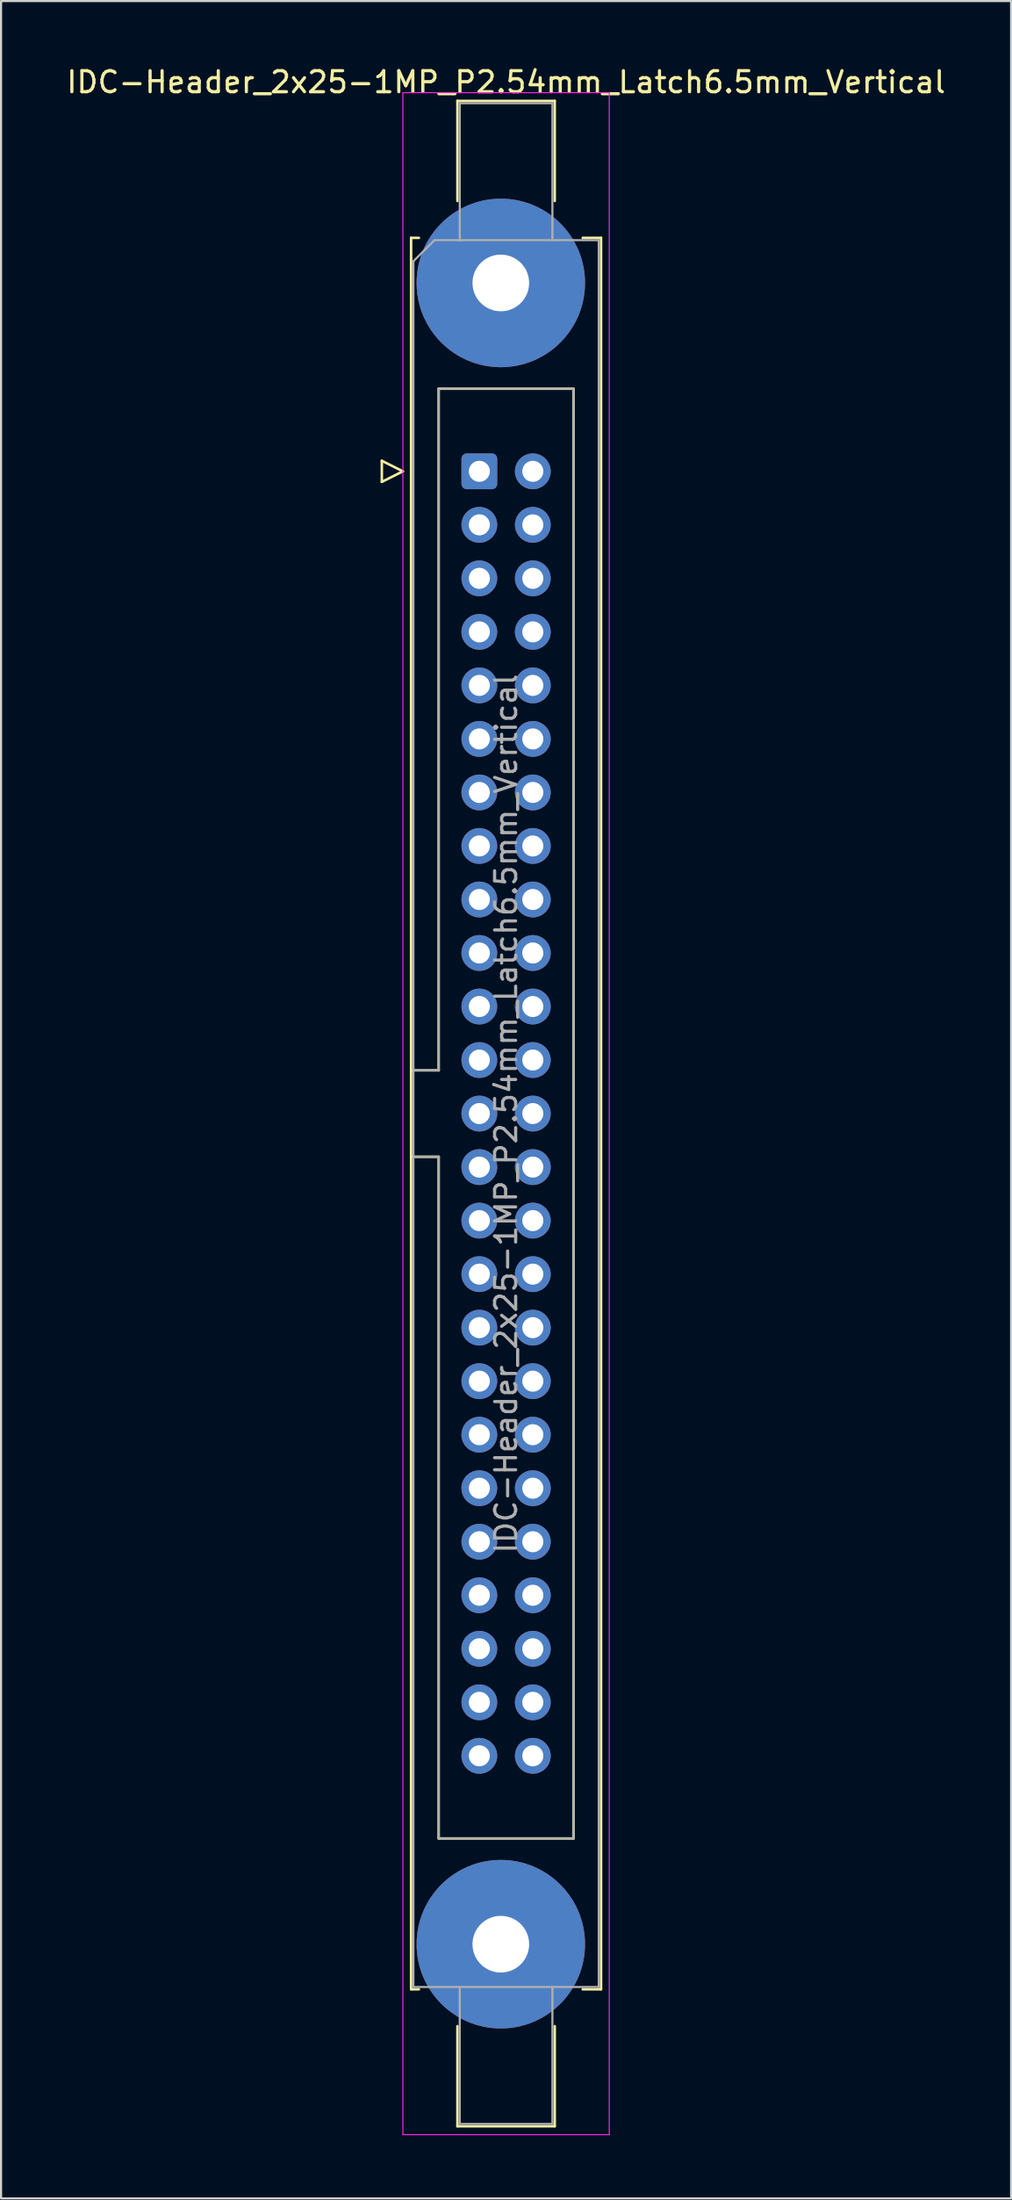
<source format=kicad_pcb>
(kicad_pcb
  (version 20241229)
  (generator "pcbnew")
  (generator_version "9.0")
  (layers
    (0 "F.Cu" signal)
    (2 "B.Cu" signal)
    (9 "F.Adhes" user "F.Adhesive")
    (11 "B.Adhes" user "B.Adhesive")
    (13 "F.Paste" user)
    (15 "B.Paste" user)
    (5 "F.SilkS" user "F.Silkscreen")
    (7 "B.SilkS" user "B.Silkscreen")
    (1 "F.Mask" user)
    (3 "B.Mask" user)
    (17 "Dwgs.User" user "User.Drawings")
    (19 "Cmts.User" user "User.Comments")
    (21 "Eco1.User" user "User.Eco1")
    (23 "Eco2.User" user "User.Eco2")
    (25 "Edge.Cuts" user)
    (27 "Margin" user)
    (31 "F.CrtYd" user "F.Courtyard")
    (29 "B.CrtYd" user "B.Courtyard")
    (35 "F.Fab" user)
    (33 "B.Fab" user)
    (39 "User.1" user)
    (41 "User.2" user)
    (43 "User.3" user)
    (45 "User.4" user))
  (footprint "IDC-Header_2x25-1MP_P2.54mm_Latch6.5mm_Vertical"
    (layer "F.Cu")
    (at 19.712 19.318)
    (property "Reference" "IDC-Header_2x25-1MP_P2.54mm_Latch6.5mm_Vertical" (at 1.27 -18.47 0) (layer "F.SilkS") (effects (font (size 1 1) (thickness 0.15))))
    (attr through_hole)
    (fp_line (start -4.63 -0.5) (end -4.63 0.5) (stroke (width 0.12) (type solid)) (layer "F.SilkS"))
    (fp_line (start -4.63 0.5) (end -3.63 0) (stroke (width 0.12) (type solid)) (layer "F.SilkS"))
    (fp_line (start -3.63 0) (end -4.63 -0.5) (stroke (width 0.12) (type solid)) (layer "F.SilkS"))
    (fp_line (start -3.24 -11.08) (end -3.24 72.04) (stroke (width 0.12) (type solid)) (layer "F.SilkS"))
    (fp_line (start -3.24 28.43) (end -1.93 28.43) (stroke (width 0.12) (type solid)) (layer "F.SilkS"))
    (fp_line (start -3.24 72.04) (end -2.87 72.04) (stroke (width 0.12) (type solid)) (layer "F.SilkS"))
    (fp_line (start -2.87 -11.08) (end -3.24 -11.08) (stroke (width 0.12) (type solid)) (layer "F.SilkS"))
    (fp_line (start -1.93 -3.92) (end 4.47 -3.92) (stroke (width 0.12) (type solid)) (layer "F.SilkS"))
    (fp_line (start -1.93 28.43) (end -1.93 -3.92) (stroke (width 0.12) (type solid)) (layer "F.SilkS"))
    (fp_line (start -1.93 32.53) (end -3.24 32.53) (stroke (width 0.12) (type solid)) (layer "F.SilkS"))
    (fp_line (start -1.93 64.88) (end -1.93 32.53) (stroke (width 0.12) (type solid)) (layer "F.SilkS"))
    (fp_line (start -1.04 -17.58) (end 3.58 -17.58) (stroke (width 0.12) (type solid)) (layer "F.SilkS"))
    (fp_line (start -1.04 -12.83) (end -1.04 -17.58) (stroke (width 0.12) (type solid)) (layer "F.SilkS"))
    (fp_line (start -1.04 73.79) (end -1.04 78.54) (stroke (width 0.12) (type solid)) (layer "F.SilkS"))
    (fp_line (start -1.04 78.54) (end 3.58 78.54) (stroke (width 0.12) (type solid)) (layer "F.SilkS"))
    (fp_line (start 3.58 -17.58) (end 3.58 -12.83) (stroke (width 0.12) (type solid)) (layer "F.SilkS"))
    (fp_line (start 3.58 78.54) (end 3.58 73.79) (stroke (width 0.12) (type solid)) (layer "F.SilkS"))
    (fp_line (start 4.47 -3.92) (end 4.47 64.88) (stroke (width 0.12) (type solid)) (layer "F.SilkS"))
    (fp_line (start 4.47 64.88) (end -1.93 64.88) (stroke (width 0.12) (type solid)) (layer "F.SilkS"))
    (fp_line (start 4.91 -11.08) (end 5.78 -11.08) (stroke (width 0.12) (type solid)) (layer "F.SilkS"))
    (fp_line (start 5.78 -11.08) (end 5.78 72.04) (stroke (width 0.12) (type solid)) (layer "F.SilkS"))
    (fp_line (start 5.78 72.04) (end 4.91 72.04) (stroke (width 0.12) (type solid)) (layer "F.SilkS"))
    (fp_line (start -3.63 -17.97) (end -3.63 78.94) (stroke (width 0.05) (type solid)) (layer "F.CrtYd"))
    (fp_line (start -3.63 78.94) (end 6.17 78.94) (stroke (width 0.05) (type solid)) (layer "F.CrtYd"))
    (fp_line (start 6.17 -17.97) (end -3.63 -17.97) (stroke (width 0.05) (type solid)) (layer "F.CrtYd"))
    (fp_line (start 6.17 78.94) (end 6.17 -17.97) (stroke (width 0.05) (type solid)) (layer "F.CrtYd"))
    (fp_line (start -3.13 -9.97) (end -2.13 -10.97) (stroke (width 0.1) (type solid)) (layer "F.Fab"))
    (fp_line (start -3.13 28.43) (end -1.93 28.43) (stroke (width 0.1) (type solid)) (layer "F.Fab"))
    (fp_line (start -3.13 71.93) (end -3.13 -9.97) (stroke (width 0.1) (type solid)) (layer "F.Fab"))
    (fp_line (start -2.13 -10.97) (end 5.67 -10.97) (stroke (width 0.1) (type solid)) (layer "F.Fab"))
    (fp_line (start -1.93 -3.92) (end 4.47 -3.92) (stroke (width 0.1) (type solid)) (layer "F.Fab"))
    (fp_line (start -1.93 28.43) (end -1.93 -3.92) (stroke (width 0.1) (type solid)) (layer "F.Fab"))
    (fp_line (start -1.93 32.53) (end -3.13 32.53) (stroke (width 0.1) (type solid)) (layer "F.Fab"))
    (fp_line (start -1.93 64.88) (end -1.93 32.53) (stroke (width 0.1) (type solid)) (layer "F.Fab"))
    (fp_line (start -0.93 -17.47) (end 3.47 -17.47) (stroke (width 0.1) (type solid)) (layer "F.Fab"))
    (fp_line (start -0.93 -10.97) (end -0.93 -17.47) (stroke (width 0.1) (type solid)) (layer "F.Fab"))
    (fp_line (start -0.93 71.93) (end -0.93 78.43) (stroke (width 0.1) (type solid)) (layer "F.Fab"))
    (fp_line (start -0.93 78.43) (end 3.47 78.43) (stroke (width 0.1) (type solid)) (layer "F.Fab"))
    (fp_line (start 3.47 -17.47) (end 3.47 -10.97) (stroke (width 0.1) (type solid)) (layer "F.Fab"))
    (fp_line (start 3.47 78.43) (end 3.47 71.93) (stroke (width 0.1) (type solid)) (layer "F.Fab"))
    (fp_line (start 4.47 -3.92) (end 4.47 64.88) (stroke (width 0.1) (type solid)) (layer "F.Fab"))
    (fp_line (start 4.47 64.88) (end -1.93 64.88) (stroke (width 0.1) (type solid)) (layer "F.Fab"))
    (fp_line (start 5.67 -10.97) (end 5.67 71.93) (stroke (width 0.1) (type solid)) (layer "F.Fab"))
    (fp_line (start 5.67 71.93) (end -3.13 71.93) (stroke (width 0.1) (type solid)) (layer "F.Fab"))
    (fp_text user "${REFERENCE}" (at 1.27 30.48 90) (layer "F.Fab") (effects (font (size 1 1) (thickness 0.15))))
    (pad "1" thru_hole roundrect (at 0 0) (size 1.7 1.7) (drill 1) (layers "*.Cu" "*.Mask") (roundrect_rratio 0.147))
    (pad "2" thru_hole circle (at 2.54 0) (size 1.7 1.7) (drill 1) (layers "*.Cu" "*.Mask"))
    (pad "3" thru_hole circle (at 0 2.54) (size 1.7 1.7) (drill 1) (layers "*.Cu" "*.Mask"))
    (pad "4" thru_hole circle (at 2.54 2.54) (size 1.7 1.7) (drill 1) (layers "*.Cu" "*.Mask"))
    (pad "5" thru_hole circle (at 0 5.08) (size 1.7 1.7) (drill 1) (layers "*.Cu" "*.Mask"))
    (pad "6" thru_hole circle (at 2.54 5.08) (size 1.7 1.7) (drill 1) (layers "*.Cu" "*.Mask"))
    (pad "7" thru_hole circle (at 0 7.62) (size 1.7 1.7) (drill 1) (layers "*.Cu" "*.Mask"))
    (pad "8" thru_hole circle (at 2.54 7.62) (size 1.7 1.7) (drill 1) (layers "*.Cu" "*.Mask"))
    (pad "9" thru_hole circle (at 0 10.16) (size 1.7 1.7) (drill 1) (layers "*.Cu" "*.Mask"))
    (pad "10" thru_hole circle (at 2.54 10.16) (size 1.7 1.7) (drill 1) (layers "*.Cu" "*.Mask"))
    (pad "11" thru_hole circle (at 0 12.7) (size 1.7 1.7) (drill 1) (layers "*.Cu" "*.Mask"))
    (pad "12" thru_hole circle (at 2.54 12.7) (size 1.7 1.7) (drill 1) (layers "*.Cu" "*.Mask"))
    (pad "13" thru_hole circle (at 0 15.24) (size 1.7 1.7) (drill 1) (layers "*.Cu" "*.Mask"))
    (pad "14" thru_hole circle (at 2.54 15.24) (size 1.7 1.7) (drill 1) (layers "*.Cu" "*.Mask"))
    (pad "15" thru_hole circle (at 0 17.78) (size 1.7 1.7) (drill 1) (layers "*.Cu" "*.Mask"))
    (pad "16" thru_hole circle (at 2.54 17.78) (size 1.7 1.7) (drill 1) (layers "*.Cu" "*.Mask"))
    (pad "17" thru_hole circle (at 0 20.32) (size 1.7 1.7) (drill 1) (layers "*.Cu" "*.Mask"))
    (pad "18" thru_hole circle (at 2.54 20.32) (size 1.7 1.7) (drill 1) (layers "*.Cu" "*.Mask"))
    (pad "19" thru_hole circle (at 0 22.86) (size 1.7 1.7) (drill 1) (layers "*.Cu" "*.Mask"))
    (pad "20" thru_hole circle (at 2.54 22.86) (size 1.7 1.7) (drill 1) (layers "*.Cu" "*.Mask"))
    (pad "21" thru_hole circle (at 0 25.4) (size 1.7 1.7) (drill 1) (layers "*.Cu" "*.Mask"))
    (pad "22" thru_hole circle (at 2.54 25.4) (size 1.7 1.7) (drill 1) (layers "*.Cu" "*.Mask"))
    (pad "23" thru_hole circle (at 0 27.94) (size 1.7 1.7) (drill 1) (layers "*.Cu" "*.Mask"))
    (pad "24" thru_hole circle (at 2.54 27.94) (size 1.7 1.7) (drill 1) (layers "*.Cu" "*.Mask"))
    (pad "25" thru_hole circle (at 0 30.48) (size 1.7 1.7) (drill 1) (layers "*.Cu" "*.Mask"))
    (pad "26" thru_hole circle (at 2.54 30.48) (size 1.7 1.7) (drill 1) (layers "*.Cu" "*.Mask"))
    (pad "27" thru_hole circle (at 0 33.02) (size 1.7 1.7) (drill 1) (layers "*.Cu" "*.Mask"))
    (pad "28" thru_hole circle (at 2.54 33.02) (size 1.7 1.7) (drill 1) (layers "*.Cu" "*.Mask"))
    (pad "29" thru_hole circle (at 0 35.56) (size 1.7 1.7) (drill 1) (layers "*.Cu" "*.Mask"))
    (pad "30" thru_hole circle (at 2.54 35.56) (size 1.7 1.7) (drill 1) (layers "*.Cu" "*.Mask"))
    (pad "31" thru_hole circle (at 0 38.1) (size 1.7 1.7) (drill 1) (layers "*.Cu" "*.Mask"))
    (pad "32" thru_hole circle (at 2.54 38.1) (size 1.7 1.7) (drill 1) (layers "*.Cu" "*.Mask"))
    (pad "33" thru_hole circle (at 0 40.64) (size 1.7 1.7) (drill 1) (layers "*.Cu" "*.Mask"))
    (pad "34" thru_hole circle (at 2.54 40.64) (size 1.7 1.7) (drill 1) (layers "*.Cu" "*.Mask"))
    (pad "35" thru_hole circle (at 0 43.18) (size 1.7 1.7) (drill 1) (layers "*.Cu" "*.Mask"))
    (pad "36" thru_hole circle (at 2.54 43.18) (size 1.7 1.7) (drill 1) (layers "*.Cu" "*.Mask"))
    (pad "37" thru_hole circle (at 0 45.72) (size 1.7 1.7) (drill 1) (layers "*.Cu" "*.Mask"))
    (pad "38" thru_hole circle (at 2.54 45.72) (size 1.7 1.7) (drill 1) (layers "*.Cu" "*.Mask"))
    (pad "39" thru_hole circle (at 0 48.26) (size 1.7 1.7) (drill 1) (layers "*.Cu" "*.Mask"))
    (pad "40" thru_hole circle (at 2.54 48.26) (size 1.7 1.7) (drill 1) (layers "*.Cu" "*.Mask"))
    (pad "41" thru_hole circle (at 0 50.8) (size 1.7 1.7) (drill 1) (layers "*.Cu" "*.Mask"))
    (pad "42" thru_hole circle (at 2.54 50.8) (size 1.7 1.7) (drill 1) (layers "*.Cu" "*.Mask"))
    (pad "43" thru_hole circle (at 0 53.34) (size 1.7 1.7) (drill 1) (layers "*.Cu" "*.Mask"))
    (pad "44" thru_hole circle (at 2.54 53.34) (size 1.7 1.7) (drill 1) (layers "*.Cu" "*.Mask"))
    (pad "45" thru_hole circle (at 0 55.88) (size 1.7 1.7) (drill 1) (layers "*.Cu" "*.Mask"))
    (pad "46" thru_hole circle (at 2.54 55.88) (size 1.7 1.7) (drill 1) (layers "*.Cu" "*.Mask"))
    (pad "47" thru_hole circle (at 0 58.42) (size 1.7 1.7) (drill 1) (layers "*.Cu" "*.Mask"))
    (pad "48" thru_hole circle (at 2.54 58.42) (size 1.7 1.7) (drill 1) (layers "*.Cu" "*.Mask"))
    (pad "49" thru_hole circle (at 0 60.96) (size 1.7 1.7) (drill 1) (layers "*.Cu" "*.Mask"))
    (pad "50" thru_hole circle (at 2.54 60.96) (size 1.7 1.7) (drill 1) (layers "*.Cu" "*.Mask"))
    (pad "MP" thru_hole circle (at 1.02 -8.94) (size 8 8) (drill 2.69) (layers "*.Cu" "*.Mask"))
    (pad "MP" thru_hole circle (at 1.02 69.9) (size 8 8) (drill 2.69) (layers "*.Cu" "*.Mask")))
  (gr_rect
    (start -3 -3)
    (end 44.964 101.283)
    (stroke (width 0.1) (type default))
    (fill no)
    (layer "Edge.Cuts")))
</source>
